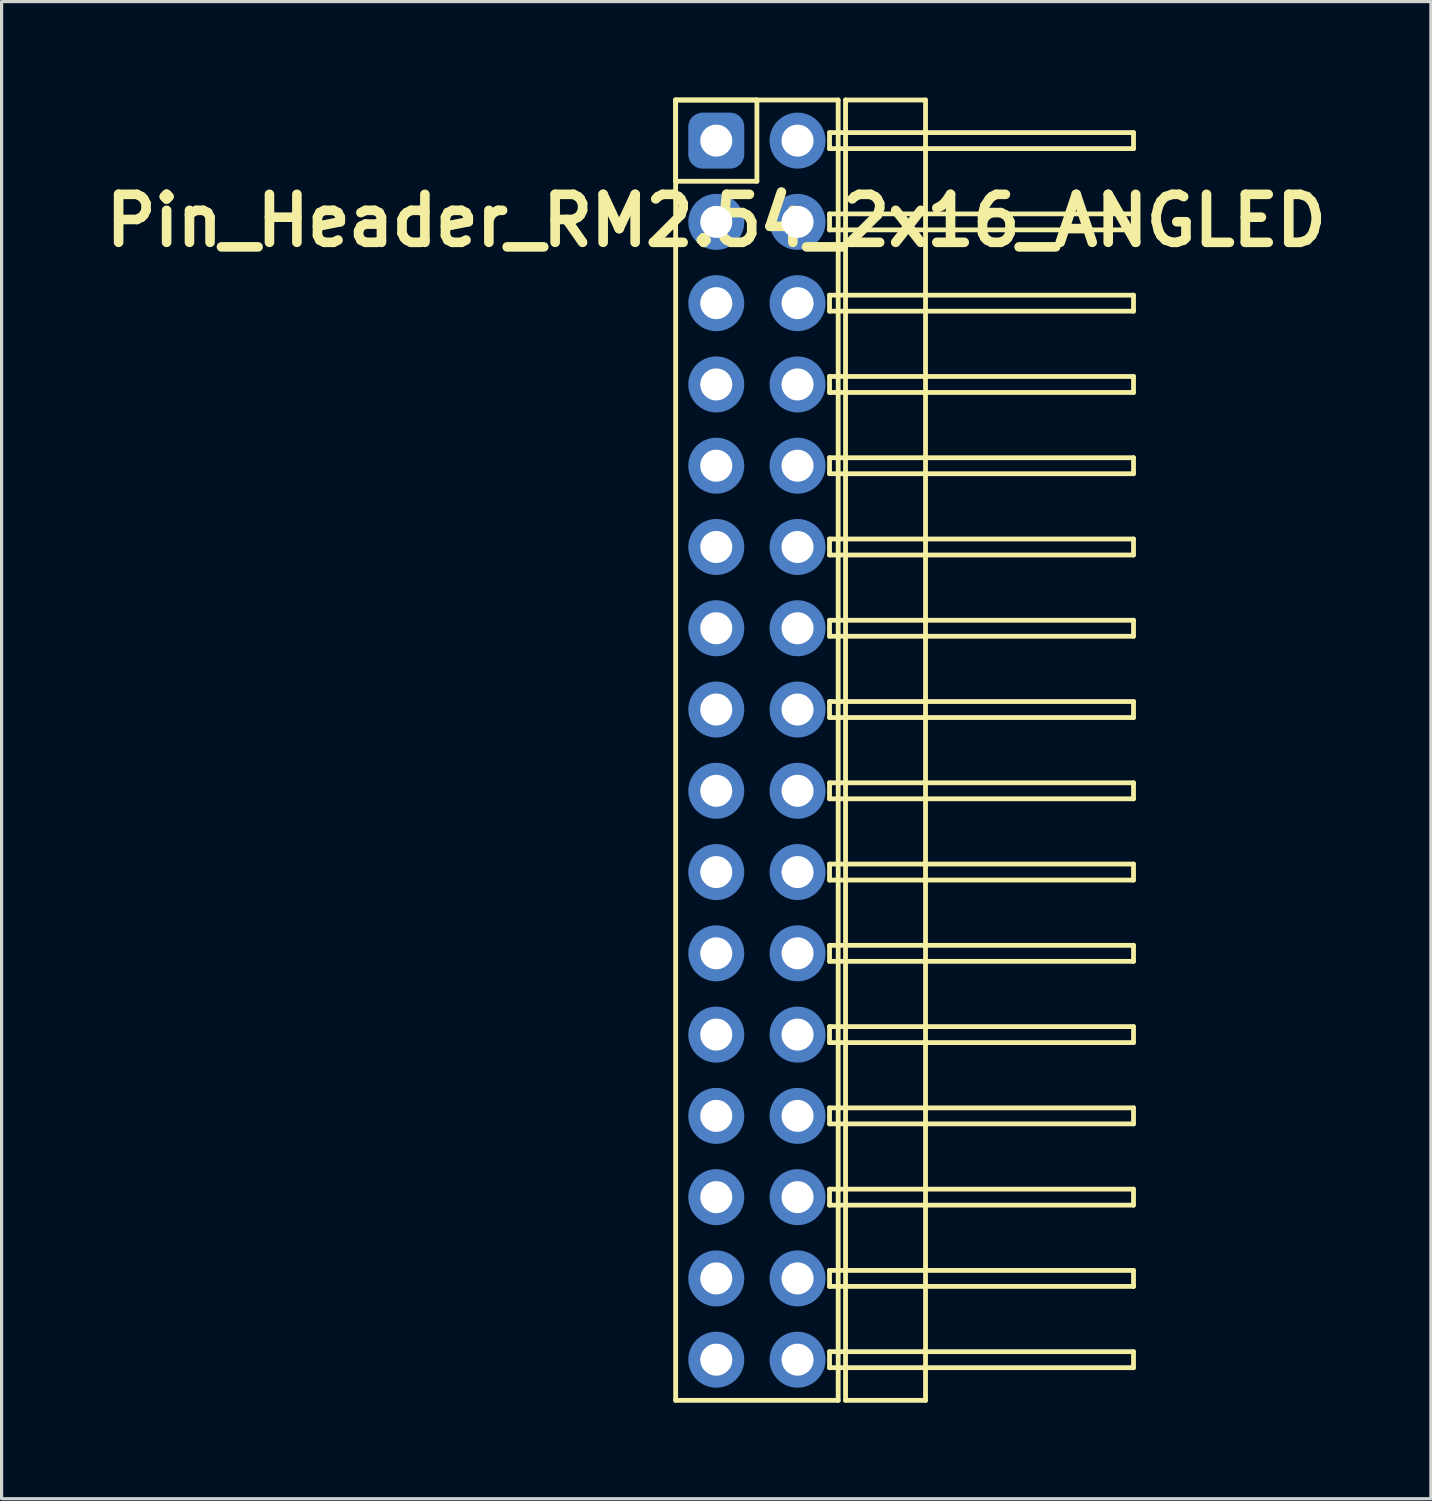
<source format=kicad_pcb>
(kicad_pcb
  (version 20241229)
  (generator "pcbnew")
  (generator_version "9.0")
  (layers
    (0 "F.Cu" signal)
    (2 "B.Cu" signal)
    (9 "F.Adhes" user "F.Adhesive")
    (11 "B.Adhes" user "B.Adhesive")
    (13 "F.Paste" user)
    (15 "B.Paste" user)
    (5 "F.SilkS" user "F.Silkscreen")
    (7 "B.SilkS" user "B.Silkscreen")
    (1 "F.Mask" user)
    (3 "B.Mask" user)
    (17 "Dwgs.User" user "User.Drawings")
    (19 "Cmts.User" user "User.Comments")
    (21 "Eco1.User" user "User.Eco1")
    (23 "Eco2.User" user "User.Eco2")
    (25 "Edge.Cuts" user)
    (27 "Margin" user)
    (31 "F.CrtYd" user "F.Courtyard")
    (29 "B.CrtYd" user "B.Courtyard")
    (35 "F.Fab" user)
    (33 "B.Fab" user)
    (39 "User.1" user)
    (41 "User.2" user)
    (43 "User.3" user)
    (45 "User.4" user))
  (footprint "Pin_Header_RM2.54_2x16_ANGLED"
    (layer "F.Cu")
    (at 19.336 1.345)
    (property "Reference" "Pin_Header_RM2.54_2x16_ANGLED" (at 0 2.5 0) (layer "F.SilkS") (effects (font (size 1.5 1.5) (thickness 0.3))))
    (attr through_hole)
    (fp_line (start -1.27 -1.27) (end 1.27 -1.27) (stroke (width 0.15) (type solid)) (layer "F.SilkS"))
    (fp_line (start -1.27 -1.27) (end 3.81 -1.27) (stroke (width 0.15) (type solid)) (layer "F.SilkS"))
    (fp_line (start -1.27 1.27) (end -1.27 -1.27) (stroke (width 0.15) (type solid)) (layer "F.SilkS"))
    (fp_line (start -1.27 39.37) (end -1.27 -1.27) (stroke (width 0.15) (type solid)) (layer "F.SilkS"))
    (fp_line (start 1.27 -1.27) (end 1.27 1.27) (stroke (width 0.15) (type solid)) (layer "F.SilkS"))
    (fp_line (start 1.27 1.27) (end -1.27 1.27) (stroke (width 0.15) (type solid)) (layer "F.SilkS"))
    (fp_line (start 3.54 -0.25) (end 13.04 -0.25) (stroke (width 0.15) (type solid)) (layer "F.SilkS"))
    (fp_line (start 3.54 0.25) (end 3.54 -0.25) (stroke (width 0.15) (type solid)) (layer "F.SilkS"))
    (fp_line (start 3.54 2.29) (end 13.04 2.29) (stroke (width 0.15) (type solid)) (layer "F.SilkS"))
    (fp_line (start 3.54 2.79) (end 3.54 2.29) (stroke (width 0.15) (type solid)) (layer "F.SilkS"))
    (fp_line (start 3.54 4.83) (end 13.04 4.83) (stroke (width 0.15) (type solid)) (layer "F.SilkS"))
    (fp_line (start 3.54 5.33) (end 3.54 4.83) (stroke (width 0.15) (type solid)) (layer "F.SilkS"))
    (fp_line (start 3.54 7.37) (end 13.04 7.37) (stroke (width 0.15) (type solid)) (layer "F.SilkS"))
    (fp_line (start 3.54 7.87) (end 3.54 7.37) (stroke (width 0.15) (type solid)) (layer "F.SilkS"))
    (fp_line (start 3.54 9.91) (end 13.04 9.91) (stroke (width 0.15) (type solid)) (layer "F.SilkS"))
    (fp_line (start 3.54 10.41) (end 3.54 9.91) (stroke (width 0.15) (type solid)) (layer "F.SilkS"))
    (fp_line (start 3.54 12.45) (end 13.04 12.45) (stroke (width 0.15) (type solid)) (layer "F.SilkS"))
    (fp_line (start 3.54 12.95) (end 3.54 12.45) (stroke (width 0.15) (type solid)) (layer "F.SilkS"))
    (fp_line (start 3.54 14.99) (end 13.04 14.99) (stroke (width 0.15) (type solid)) (layer "F.SilkS"))
    (fp_line (start 3.54 15.49) (end 3.54 14.99) (stroke (width 0.15) (type solid)) (layer "F.SilkS"))
    (fp_line (start 3.54 17.53) (end 13.04 17.53) (stroke (width 0.15) (type solid)) (layer "F.SilkS"))
    (fp_line (start 3.54 18.03) (end 3.54 17.53) (stroke (width 0.15) (type solid)) (layer "F.SilkS"))
    (fp_line (start 3.54 20.07) (end 13.04 20.07) (stroke (width 0.15) (type solid)) (layer "F.SilkS"))
    (fp_line (start 3.54 20.57) (end 3.54 20.07) (stroke (width 0.15) (type solid)) (layer "F.SilkS"))
    (fp_line (start 3.54 22.61) (end 13.04 22.61) (stroke (width 0.15) (type solid)) (layer "F.SilkS"))
    (fp_line (start 3.54 23.11) (end 3.54 22.61) (stroke (width 0.15) (type solid)) (layer "F.SilkS"))
    (fp_line (start 3.54 25.15) (end 13.04 25.15) (stroke (width 0.15) (type solid)) (layer "F.SilkS"))
    (fp_line (start 3.54 25.65) (end 3.54 25.15) (stroke (width 0.15) (type solid)) (layer "F.SilkS"))
    (fp_line (start 3.54 27.69) (end 13.04 27.69) (stroke (width 0.15) (type solid)) (layer "F.SilkS"))
    (fp_line (start 3.54 28.19) (end 3.54 27.69) (stroke (width 0.15) (type solid)) (layer "F.SilkS"))
    (fp_line (start 3.54 30.23) (end 13.04 30.23) (stroke (width 0.15) (type solid)) (layer "F.SilkS"))
    (fp_line (start 3.54 30.73) (end 3.54 30.23) (stroke (width 0.15) (type solid)) (layer "F.SilkS"))
    (fp_line (start 3.54 32.77) (end 13.04 32.77) (stroke (width 0.15) (type solid)) (layer "F.SilkS"))
    (fp_line (start 3.54 33.27) (end 3.54 32.77) (stroke (width 0.15) (type solid)) (layer "F.SilkS"))
    (fp_line (start 3.54 35.31) (end 13.04 35.31) (stroke (width 0.15) (type solid)) (layer "F.SilkS"))
    (fp_line (start 3.54 35.81) (end 3.54 35.31) (stroke (width 0.15) (type solid)) (layer "F.SilkS"))
    (fp_line (start 3.54 37.85) (end 13.04 37.85) (stroke (width 0.15) (type solid)) (layer "F.SilkS"))
    (fp_line (start 3.54 38.35) (end 3.54 37.85) (stroke (width 0.15) (type solid)) (layer "F.SilkS"))
    (fp_line (start 3.81 -1.27) (end 3.81 39.37) (stroke (width 0.15) (type solid)) (layer "F.SilkS"))
    (fp_line (start 3.81 39.37) (end -1.27 39.37) (stroke (width 0.15) (type solid)) (layer "F.SilkS"))
    (fp_line (start 4.04 -1.27) (end 6.54 -1.27) (stroke (width 0.15) (type solid)) (layer "F.SilkS"))
    (fp_line (start 4.04 39.37) (end 4.04 -1.27) (stroke (width 0.15) (type solid)) (layer "F.SilkS"))
    (fp_line (start 6.54 -1.27) (end 6.54 39.37) (stroke (width 0.15) (type solid)) (layer "F.SilkS"))
    (fp_line (start 6.54 39.37) (end 4.04 39.37) (stroke (width 0.15) (type solid)) (layer "F.SilkS"))
    (fp_line (start 13.04 -0.25) (end 13.04 0.25) (stroke (width 0.15) (type solid)) (layer "F.SilkS"))
    (fp_line (start 13.04 0.25) (end 3.54 0.25) (stroke (width 0.15) (type solid)) (layer "F.SilkS"))
    (fp_line (start 13.04 2.29) (end 13.04 2.79) (stroke (width 0.15) (type solid)) (layer "F.SilkS"))
    (fp_line (start 13.04 2.79) (end 3.54 2.79) (stroke (width 0.15) (type solid)) (layer "F.SilkS"))
    (fp_line (start 13.04 4.83) (end 13.04 5.33) (stroke (width 0.15) (type solid)) (layer "F.SilkS"))
    (fp_line (start 13.04 5.33) (end 3.54 5.33) (stroke (width 0.15) (type solid)) (layer "F.SilkS"))
    (fp_line (start 13.04 7.37) (end 13.04 7.87) (stroke (width 0.15) (type solid)) (layer "F.SilkS"))
    (fp_line (start 13.04 7.87) (end 3.54 7.87) (stroke (width 0.15) (type solid)) (layer "F.SilkS"))
    (fp_line (start 13.04 9.91) (end 13.04 10.41) (stroke (width 0.15) (type solid)) (layer "F.SilkS"))
    (fp_line (start 13.04 10.41) (end 3.54 10.41) (stroke (width 0.15) (type solid)) (layer "F.SilkS"))
    (fp_line (start 13.04 12.45) (end 13.04 12.95) (stroke (width 0.15) (type solid)) (layer "F.SilkS"))
    (fp_line (start 13.04 12.95) (end 3.54 12.95) (stroke (width 0.15) (type solid)) (layer "F.SilkS"))
    (fp_line (start 13.04 14.99) (end 13.04 15.49) (stroke (width 0.15) (type solid)) (layer "F.SilkS"))
    (fp_line (start 13.04 15.49) (end 3.54 15.49) (stroke (width 0.15) (type solid)) (layer "F.SilkS"))
    (fp_line (start 13.04 17.53) (end 13.04 18.03) (stroke (width 0.15) (type solid)) (layer "F.SilkS"))
    (fp_line (start 13.04 18.03) (end 3.54 18.03) (stroke (width 0.15) (type solid)) (layer "F.SilkS"))
    (fp_line (start 13.04 20.07) (end 13.04 20.57) (stroke (width 0.15) (type solid)) (layer "F.SilkS"))
    (fp_line (start 13.04 20.57) (end 3.54 20.57) (stroke (width 0.15) (type solid)) (layer "F.SilkS"))
    (fp_line (start 13.04 22.61) (end 13.04 23.11) (stroke (width 0.15) (type solid)) (layer "F.SilkS"))
    (fp_line (start 13.04 23.11) (end 3.54 23.11) (stroke (width 0.15) (type solid)) (layer "F.SilkS"))
    (fp_line (start 13.04 25.15) (end 13.04 25.65) (stroke (width 0.15) (type solid)) (layer "F.SilkS"))
    (fp_line (start 13.04 25.65) (end 3.54 25.65) (stroke (width 0.15) (type solid)) (layer "F.SilkS"))
    (fp_line (start 13.04 27.69) (end 13.04 28.19) (stroke (width 0.15) (type solid)) (layer "F.SilkS"))
    (fp_line (start 13.04 28.19) (end 3.54 28.19) (stroke (width 0.15) (type solid)) (layer "F.SilkS"))
    (fp_line (start 13.04 30.23) (end 13.04 30.73) (stroke (width 0.15) (type solid)) (layer "F.SilkS"))
    (fp_line (start 13.04 30.73) (end 3.54 30.73) (stroke (width 0.15) (type solid)) (layer "F.SilkS"))
    (fp_line (start 13.04 32.77) (end 13.04 33.27) (stroke (width 0.15) (type solid)) (layer "F.SilkS"))
    (fp_line (start 13.04 33.27) (end 3.54 33.27) (stroke (width 0.15) (type solid)) (layer "F.SilkS"))
    (fp_line (start 13.04 35.31) (end 13.04 35.81) (stroke (width 0.15) (type solid)) (layer "F.SilkS"))
    (fp_line (start 13.04 35.81) (end 3.54 35.81) (stroke (width 0.15) (type solid)) (layer "F.SilkS"))
    (fp_line (start 13.04 37.85) (end 13.04 38.35) (stroke (width 0.15) (type solid)) (layer "F.SilkS"))
    (fp_line (start 13.04 38.35) (end 3.54 38.35) (stroke (width 0.15) (type solid)) (layer "F.SilkS"))
    (pad "1" thru_hole circle (at 0 0) (size 1.3 1.3) (drill 1) (layers "*.Cu" "*.Mask"))
    (pad "1" smd roundrect (at 0 0) (size 1.5 1.5) (layers "F.Cu" "F.Mask") (roundrect_rratio 0.25))
    (pad "1" smd roundrect (at 0 0) (size 1.75 1.75) (layers "B.Cu" "B.Mask") (roundrect_rratio 0.25))
    (pad "2" thru_hole circle (at 2.54 0) (size 1.3 1.3) (drill 1) (layers "*.Cu" "*.Mask"))
    (pad "2" smd circle (at 2.54 0) (size 1.5 1.5) (layers "F.Cu" "F.Mask"))
    (pad "2" smd circle (at 2.54 0) (size 1.75 1.75) (layers "B.Cu" "B.Mask"))
    (pad "3" thru_hole circle (at 0 2.54) (size 1.3 1.3) (drill 1) (layers "*.Cu" "*.Mask"))
    (pad "3" smd circle (at 0 2.54) (size 1.5 1.5) (layers "F.Cu" "F.Mask"))
    (pad "3" smd circle (at 0 2.54) (size 1.75 1.75) (layers "B.Cu" "B.Mask"))
    (pad "4" thru_hole circle (at 2.54 2.54) (size 1.3 1.3) (drill 1) (layers "*.Cu" "*.Mask"))
    (pad "4" smd circle (at 2.54 2.54) (size 1.5 1.5) (layers "F.Cu" "F.Mask"))
    (pad "4" smd circle (at 2.54 2.54) (size 1.75 1.75) (layers "B.Cu" "B.Mask"))
    (pad "5" thru_hole circle (at 0 5.08) (size 1.3 1.3) (drill 1) (layers "*.Cu" "*.Mask"))
    (pad "5" smd circle (at 0 5.08) (size 1.5 1.5) (layers "F.Cu" "F.Mask"))
    (pad "5" smd circle (at 0 5.08) (size 1.75 1.75) (layers "B.Cu" "B.Mask"))
    (pad "6" thru_hole circle (at 2.54 5.08) (size 1.3 1.3) (drill 1) (layers "*.Cu" "*.Mask"))
    (pad "6" smd circle (at 2.54 5.08) (size 1.5 1.5) (layers "F.Cu" "F.Mask"))
    (pad "6" smd circle (at 2.54 5.08) (size 1.75 1.75) (layers "B.Cu" "B.Mask"))
    (pad "7" thru_hole circle (at 0 7.62) (size 1.3 1.3) (drill 1) (layers "*.Cu" "*.Mask"))
    (pad "7" smd circle (at 0 7.62) (size 1.5 1.5) (layers "F.Cu" "F.Mask"))
    (pad "7" smd circle (at 0 7.62) (size 1.75 1.75) (layers "B.Cu" "B.Mask"))
    (pad "8" thru_hole circle (at 2.54 7.62) (size 1.3 1.3) (drill 1) (layers "*.Cu" "*.Mask"))
    (pad "8" smd circle (at 2.54 7.62) (size 1.5 1.5) (layers "F.Cu" "F.Mask"))
    (pad "8" smd circle (at 2.54 7.62) (size 1.75 1.75) (layers "B.Cu" "B.Mask"))
    (pad "9" thru_hole circle (at 0 10.16) (size 1.3 1.3) (drill 1) (layers "*.Cu" "*.Mask"))
    (pad "9" smd circle (at 0 10.16) (size 1.5 1.5) (layers "F.Cu" "F.Mask"))
    (pad "9" smd circle (at 0 10.16) (size 1.75 1.75) (layers "B.Cu" "B.Mask"))
    (pad "10" thru_hole circle (at 2.54 10.16) (size 1.3 1.3) (drill 1) (layers "*.Cu" "*.Mask"))
    (pad "10" smd circle (at 2.54 10.16) (size 1.5 1.5) (layers "F.Cu" "F.Mask"))
    (pad "10" smd circle (at 2.54 10.16) (size 1.75 1.75) (layers "B.Cu" "B.Mask"))
    (pad "11" thru_hole circle (at 0 12.7) (size 1.3 1.3) (drill 1) (layers "*.Cu" "*.Mask"))
    (pad "11" smd circle (at 0 12.7) (size 1.5 1.5) (layers "F.Cu" "F.Mask"))
    (pad "11" smd circle (at 0 12.7) (size 1.75 1.75) (layers "B.Cu" "B.Mask"))
    (pad "12" thru_hole circle (at 2.54 12.7) (size 1.3 1.3) (drill 1) (layers "*.Cu" "*.Mask"))
    (pad "12" smd circle (at 2.54 12.7) (size 1.5 1.5) (layers "F.Cu" "F.Mask"))
    (pad "12" smd circle (at 2.54 12.7) (size 1.75 1.75) (layers "B.Cu" "B.Mask"))
    (pad "13" thru_hole circle (at 0 15.24) (size 1.3 1.3) (drill 1) (layers "*.Cu" "*.Mask"))
    (pad "13" smd circle (at 0 15.24) (size 1.5 1.5) (layers "F.Cu" "F.Mask"))
    (pad "13" smd circle (at 0 15.24) (size 1.75 1.75) (layers "B.Cu" "B.Mask"))
    (pad "14" thru_hole circle (at 2.54 15.24) (size 1.3 1.3) (drill 1) (layers "*.Cu" "*.Mask"))
    (pad "14" smd circle (at 2.54 15.24) (size 1.5 1.5) (layers "F.Cu" "F.Mask"))
    (pad "14" smd circle (at 2.54 15.24) (size 1.75 1.75) (layers "B.Cu" "B.Mask"))
    (pad "15" thru_hole circle (at 0 17.78) (size 1.3 1.3) (drill 1) (layers "*.Cu" "*.Mask"))
    (pad "15" smd circle (at 0 17.78) (size 1.5 1.5) (layers "F.Cu" "F.Mask"))
    (pad "15" smd circle (at 0 17.78) (size 1.75 1.75) (layers "B.Cu" "B.Mask"))
    (pad "16" thru_hole circle (at 2.54 17.78) (size 1.3 1.3) (drill 1) (layers "*.Cu" "*.Mask"))
    (pad "16" smd circle (at 2.54 17.78) (size 1.5 1.5) (layers "F.Cu" "F.Mask"))
    (pad "16" smd circle (at 2.54 17.78) (size 1.75 1.75) (layers "B.Cu" "B.Mask"))
    (pad "17" thru_hole circle (at 0 20.32) (size 1.3 1.3) (drill 1) (layers "*.Cu" "*.Mask"))
    (pad "17" smd circle (at 0 20.32) (size 1.5 1.5) (layers "F.Cu" "F.Mask"))
    (pad "17" smd circle (at 0 20.32) (size 1.75 1.75) (layers "B.Cu" "B.Mask"))
    (pad "18" thru_hole circle (at 2.54 20.32) (size 1.3 1.3) (drill 1) (layers "*.Cu" "*.Mask"))
    (pad "18" smd circle (at 2.54 20.32) (size 1.5 1.5) (layers "F.Cu" "F.Mask"))
    (pad "18" smd circle (at 2.54 20.32) (size 1.75 1.75) (layers "B.Cu" "B.Mask"))
    (pad "19" thru_hole circle (at 0 22.86) (size 1.3 1.3) (drill 1) (layers "*.Cu" "*.Mask"))
    (pad "19" smd circle (at 0 22.86) (size 1.5 1.5) (layers "F.Cu" "F.Mask"))
    (pad "19" smd circle (at 0 22.86) (size 1.75 1.75) (layers "B.Cu" "B.Mask"))
    (pad "20" thru_hole circle (at 2.54 22.86) (size 1.3 1.3) (drill 1) (layers "*.Cu" "*.Mask"))
    (pad "20" smd circle (at 2.54 22.86) (size 1.5 1.5) (layers "F.Cu" "F.Mask"))
    (pad "20" smd circle (at 2.54 22.86) (size 1.75 1.75) (layers "B.Cu" "B.Mask"))
    (pad "21" thru_hole circle (at 0 25.4) (size 1.3 1.3) (drill 1) (layers "*.Cu" "*.Mask"))
    (pad "21" smd circle (at 0 25.4) (size 1.5 1.5) (layers "F.Cu" "F.Mask"))
    (pad "21" smd circle (at 0 25.4) (size 1.75 1.75) (layers "B.Cu" "B.Mask"))
    (pad "22" thru_hole circle (at 2.54 25.4) (size 1.3 1.3) (drill 1) (layers "*.Cu" "*.Mask"))
    (pad "22" smd circle (at 2.54 25.4) (size 1.5 1.5) (layers "F.Cu" "F.Mask"))
    (pad "22" smd circle (at 2.54 25.4) (size 1.75 1.75) (layers "B.Cu" "B.Mask"))
    (pad "23" thru_hole circle (at 0 27.94) (size 1.3 1.3) (drill 1) (layers "*.Cu" "*.Mask"))
    (pad "23" smd circle (at 0 27.94) (size 1.5 1.5) (layers "F.Cu" "F.Mask"))
    (pad "23" smd circle (at 0 27.94) (size 1.75 1.75) (layers "B.Cu" "B.Mask"))
    (pad "24" thru_hole circle (at 2.54 27.94) (size 1.3 1.3) (drill 1) (layers "*.Cu" "*.Mask"))
    (pad "24" smd circle (at 2.54 27.94) (size 1.5 1.5) (layers "F.Cu" "F.Mask"))
    (pad "24" smd circle (at 2.54 27.94) (size 1.75 1.75) (layers "B.Cu" "B.Mask"))
    (pad "25" thru_hole circle (at 0 30.48) (size 1.3 1.3) (drill 1) (layers "*.Cu" "*.Mask"))
    (pad "25" smd circle (at 0 30.48) (size 1.5 1.5) (layers "F.Cu" "F.Mask"))
    (pad "25" smd circle (at 0 30.48) (size 1.75 1.75) (layers "B.Cu" "B.Mask"))
    (pad "26" thru_hole circle (at 2.54 30.48) (size 1.3 1.3) (drill 1) (layers "*.Cu" "*.Mask"))
    (pad "26" smd circle (at 2.54 30.48) (size 1.5 1.5) (layers "F.Cu" "F.Mask"))
    (pad "26" smd circle (at 2.54 30.48) (size 1.75 1.75) (layers "B.Cu" "B.Mask"))
    (pad "27" thru_hole circle (at 0 33.02) (size 1.3 1.3) (drill 1) (layers "*.Cu" "*.Mask"))
    (pad "27" smd circle (at 0 33.02) (size 1.5 1.5) (layers "F.Cu" "F.Mask"))
    (pad "27" smd circle (at 0 33.02) (size 1.75 1.75) (layers "B.Cu" "B.Mask"))
    (pad "28" thru_hole circle (at 2.54 33.02) (size 1.3 1.3) (drill 1) (layers "*.Cu" "*.Mask"))
    (pad "28" smd circle (at 2.54 33.02) (size 1.5 1.5) (layers "F.Cu" "F.Mask"))
    (pad "28" smd circle (at 2.54 33.02) (size 1.75 1.75) (layers "B.Cu" "B.Mask"))
    (pad "29" thru_hole circle (at 0 35.56) (size 1.3 1.3) (drill 1) (layers "*.Cu" "*.Mask"))
    (pad "29" smd circle (at 0 35.56) (size 1.5 1.5) (layers "F.Cu" "F.Mask"))
    (pad "29" smd circle (at 0 35.56) (size 1.75 1.75) (layers "B.Cu" "B.Mask"))
    (pad "30" thru_hole circle (at 2.54 35.56) (size 1.3 1.3) (drill 1) (layers "*.Cu" "*.Mask"))
    (pad "30" smd circle (at 2.54 35.56) (size 1.5 1.5) (layers "F.Cu" "F.Mask"))
    (pad "30" smd circle (at 2.54 35.56) (size 1.75 1.75) (layers "B.Cu" "B.Mask"))
    (pad "31" thru_hole circle (at 0 38.1) (size 1.3 1.3) (drill 1) (layers "*.Cu" "*.Mask"))
    (pad "31" smd circle (at 0 38.1) (size 1.5 1.5) (layers "F.Cu" "F.Mask"))
    (pad "31" smd circle (at 0 38.1) (size 1.75 1.75) (layers "B.Cu" "B.Mask"))
    (pad "32" thru_hole circle (at 2.54 38.1) (size 1.3 1.3) (drill 1) (layers "*.Cu" "*.Mask"))
    (pad "32" smd circle (at 2.54 38.1) (size 1.5 1.5) (layers "F.Cu" "F.Mask"))
    (pad "32" smd circle (at 2.54 38.1) (size 1.75 1.75) (layers "B.Cu" "B.Mask")))
  (gr_rect
    (start -3 -3)
    (end 41.671 43.79)
    (stroke (width 0.1) (type default))
    (fill no)
    (layer "Edge.Cuts")))
</source>
